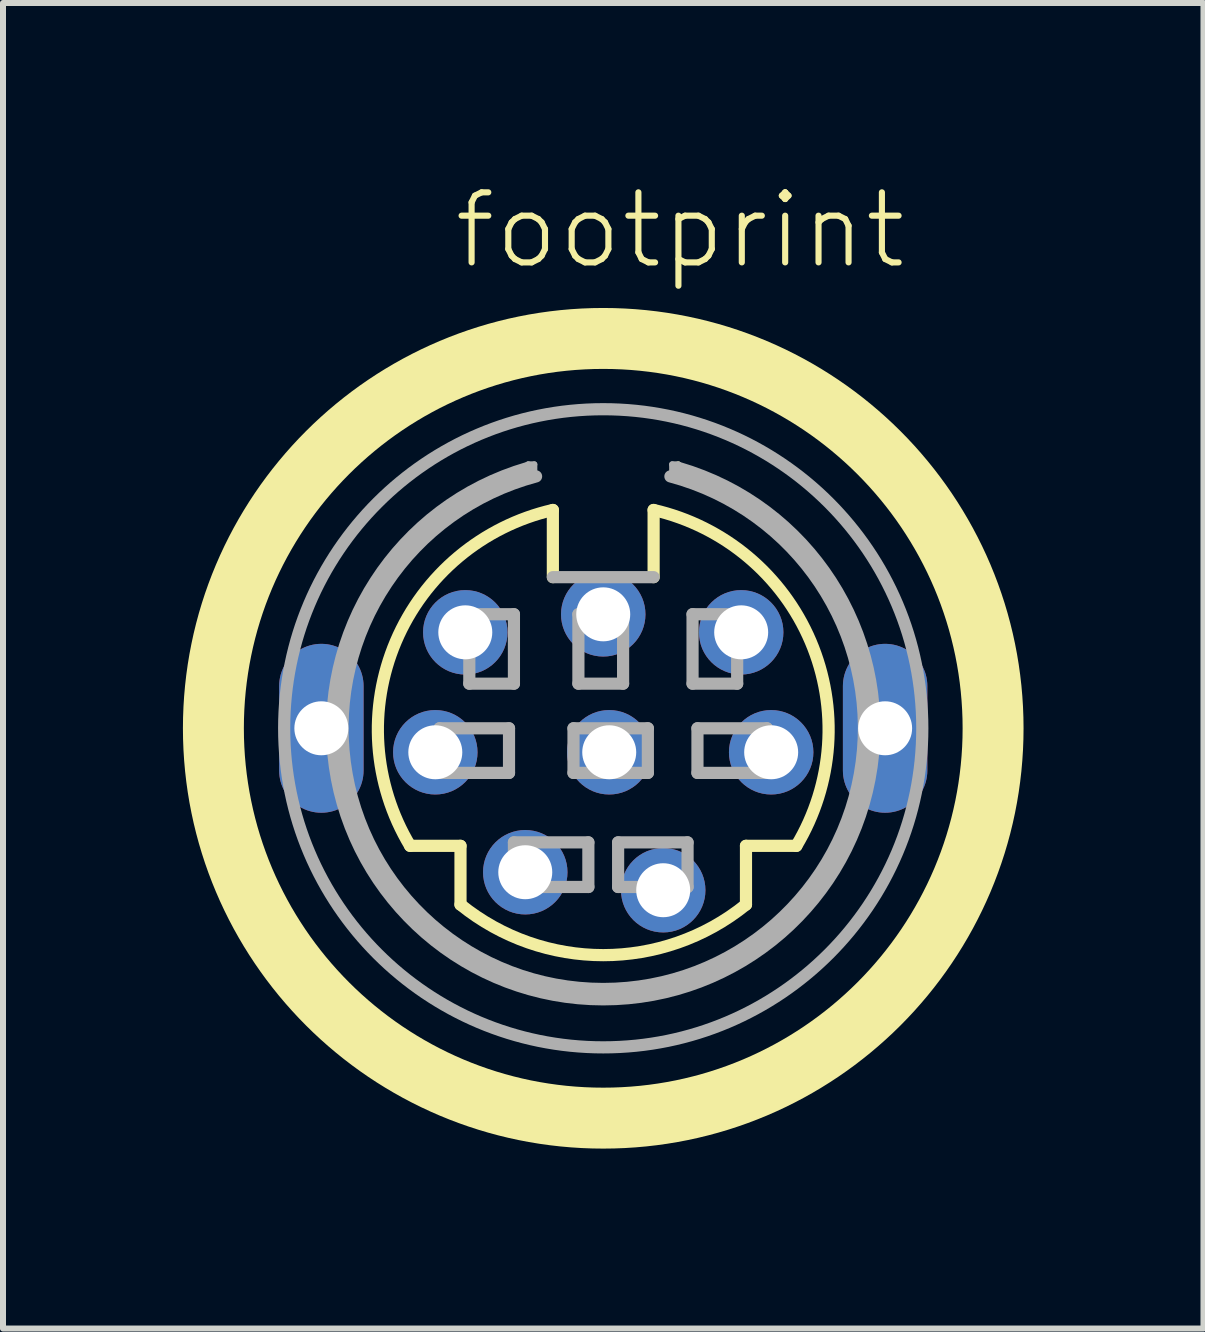
<source format=kicad_pcb>
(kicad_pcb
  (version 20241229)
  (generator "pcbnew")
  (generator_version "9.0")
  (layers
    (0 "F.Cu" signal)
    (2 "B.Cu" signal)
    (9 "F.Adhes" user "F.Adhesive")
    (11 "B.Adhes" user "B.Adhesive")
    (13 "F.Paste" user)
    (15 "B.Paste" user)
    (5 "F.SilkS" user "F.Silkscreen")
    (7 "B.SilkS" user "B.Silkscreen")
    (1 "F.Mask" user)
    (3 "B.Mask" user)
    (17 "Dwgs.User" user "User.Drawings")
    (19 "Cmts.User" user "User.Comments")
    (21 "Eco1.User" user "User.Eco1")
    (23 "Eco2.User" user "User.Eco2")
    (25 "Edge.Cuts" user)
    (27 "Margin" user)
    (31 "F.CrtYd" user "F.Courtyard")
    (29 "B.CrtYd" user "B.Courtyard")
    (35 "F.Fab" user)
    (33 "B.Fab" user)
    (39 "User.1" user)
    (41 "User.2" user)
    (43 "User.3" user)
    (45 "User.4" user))
  (footprint "footprint"
    (layer "F.Cu")
    (at 7.008 9.093)
    (property "Reference" "footprint" (at -2.54 -7.62 0) (layer "F.SilkS") (effects (font (size 1.168 1.168) (thickness 0.102)) (justify left bottom)))
    (fp_line (start -3.22 1.96) (end -2.38 1.96) (stroke (width 0.203) (type solid)) (layer "F.SilkS"))
    (fp_line (start -2.38 1.96) (end -2.38 2.94) (stroke (width 0.203) (type solid)) (layer "F.SilkS"))
    (fp_line (start -0.84 -2.52) (end -0.84 -3.64) (stroke (width 0.203) (type solid)) (layer "F.SilkS"))
    (fp_line (start 0.84 -3.64) (end 0.84 -2.52) (stroke (width 0.203) (type solid)) (layer "F.SilkS"))
    (fp_line (start 1.25 -4.4) (end 1.25 -4.2) (stroke (width 0.102) (type solid)) (layer "F.SilkS"))
    (fp_line (start 2.38 1.96) (end 2.38 2.94) (stroke (width 0.203) (type solid)) (layer "F.SilkS"))
    (fp_line (start 3.22 1.96) (end 2.38 1.96) (stroke (width 0.203) (type solid)) (layer "F.SilkS"))
    (fp_arc (start -3.22 1.96) (mid -3.458453 -1.447093) (end -0.84 -3.64) (stroke (width 0.2032) (type solid)) (layer "F.SilkS"))
    (fp_arc (start 0.84 -3.64) (mid 3.458453 -1.447093) (end 3.22 1.96) (stroke (width 0.2032) (type solid)) (layer "F.SilkS"))
    (fp_arc (start 2.38 2.94) (mid 0 3.782592) (end -2.38 2.94) (stroke (width 0.2032) (type solid)) (layer "F.SilkS"))
    (fp_circle (center 0 0) (end 6.5 0) (stroke (width 1.016) (type solid)) (fill no) (layer "F.SilkS"))
    (fp_line (start -2.729 0) (end -1.571 0) (stroke (width 0.203) (type solid)) (layer "F.Fab"))
    (fp_line (start -2.729 0.744) (end -2.729 0) (stroke (width 0.203) (type solid)) (layer "F.Fab"))
    (fp_line (start -2.233 -1.902) (end -1.489 -1.902) (stroke (width 0.203) (type solid)) (layer "F.Fab"))
    (fp_line (start -2.233 -0.744) (end -2.233 -1.902) (stroke (width 0.203) (type solid)) (layer "F.Fab"))
    (fp_line (start -1.571 0) (end -1.571 0.744) (stroke (width 0.203) (type solid)) (layer "F.Fab"))
    (fp_line (start -1.571 0.744) (end -2.729 0.744) (stroke (width 0.203) (type solid)) (layer "F.Fab"))
    (fp_line (start -1.489 -1.902) (end -1.489 -0.744) (stroke (width 0.203) (type solid)) (layer "F.Fab"))
    (fp_line (start -1.489 -0.744) (end -2.233 -0.744) (stroke (width 0.203) (type solid)) (layer "F.Fab"))
    (fp_line (start -1.489 1.902) (end -0.248 1.902) (stroke (width 0.203) (type solid)) (layer "F.Fab"))
    (fp_line (start -1.489 2.646) (end -1.489 1.902) (stroke (width 0.203) (type solid)) (layer "F.Fab"))
    (fp_line (start -1.25 -4.4) (end -1.25 -4.2) (stroke (width 0.102) (type solid)) (layer "F.Fab"))
    (fp_line (start -1.15 -4.4) (end -1.25 -4.4) (stroke (width 0.102) (type solid)) (layer "F.Fab"))
    (fp_line (start -1.15 -4.15) (end -1.15 -4.4) (stroke (width 0.102) (type solid)) (layer "F.Fab"))
    (fp_line (start -0.496 0) (end 0.744 0) (stroke (width 0.203) (type solid)) (layer "F.Fab"))
    (fp_line (start -0.496 0.744) (end -0.496 0) (stroke (width 0.203) (type solid)) (layer "F.Fab"))
    (fp_line (start -0.414 -1.902) (end 0.331 -1.902) (stroke (width 0.203) (type solid)) (layer "F.Fab"))
    (fp_line (start -0.414 -0.744) (end -0.414 -1.902) (stroke (width 0.203) (type solid)) (layer "F.Fab"))
    (fp_line (start -0.248 1.902) (end -0.248 2.646) (stroke (width 0.203) (type solid)) (layer "F.Fab"))
    (fp_line (start -0.248 2.646) (end -1.489 2.646) (stroke (width 0.203) (type solid)) (layer "F.Fab"))
    (fp_line (start 0.248 1.902) (end 1.406 1.902) (stroke (width 0.203) (type solid)) (layer "F.Fab"))
    (fp_line (start 0.248 2.646) (end 0.248 1.902) (stroke (width 0.203) (type solid)) (layer "F.Fab"))
    (fp_line (start 0.331 -1.902) (end 0.331 -0.744) (stroke (width 0.203) (type solid)) (layer "F.Fab"))
    (fp_line (start 0.331 -0.744) (end -0.414 -0.744) (stroke (width 0.203) (type solid)) (layer "F.Fab"))
    (fp_line (start 0.744 0) (end 0.744 0.744) (stroke (width 0.203) (type solid)) (layer "F.Fab"))
    (fp_line (start 0.744 0.744) (end -0.496 0.744) (stroke (width 0.203) (type solid)) (layer "F.Fab"))
    (fp_line (start 0.84 -2.52) (end -0.84 -2.52) (stroke (width 0.203) (type solid)) (layer "F.Fab"))
    (fp_line (start 1.15 -4.4) (end 1.25 -4.4) (stroke (width 0.102) (type solid)) (layer "F.Fab"))
    (fp_line (start 1.15 -4.15) (end 1.15 -4.4) (stroke (width 0.102) (type solid)) (layer "F.Fab"))
    (fp_line (start 1.406 1.902) (end 1.406 2.646) (stroke (width 0.203) (type solid)) (layer "F.Fab"))
    (fp_line (start 1.406 2.646) (end 0.248 2.646) (stroke (width 0.203) (type solid)) (layer "F.Fab"))
    (fp_line (start 1.489 -1.902) (end 2.233 -1.902) (stroke (width 0.203) (type solid)) (layer "F.Fab"))
    (fp_line (start 1.489 -0.744) (end 1.489 -1.902) (stroke (width 0.203) (type solid)) (layer "F.Fab"))
    (fp_line (start 1.571 0) (end 2.729 0) (stroke (width 0.203) (type solid)) (layer "F.Fab"))
    (fp_line (start 1.571 0.744) (end 1.571 0) (stroke (width 0.203) (type solid)) (layer "F.Fab"))
    (fp_line (start 2.233 -1.902) (end 2.233 -0.744) (stroke (width 0.203) (type solid)) (layer "F.Fab"))
    (fp_line (start 2.233 -0.744) (end 1.489 -0.744) (stroke (width 0.203) (type solid)) (layer "F.Fab"))
    (fp_line (start 2.729 0) (end 2.729 0.744) (stroke (width 0.203) (type solid)) (layer "F.Fab"))
    (fp_line (start 2.729 0.744) (end 1.571 0.744) (stroke (width 0.203) (type solid)) (layer "F.Fab"))
    (fp_arc (start 1.12 -4.2) (mid 0 4.346769) (end -1.12 -4.2) (stroke (width 0.2032) (type solid)) (layer "F.Fab"))
    (fp_arc (start 1.26 -4.34) (mid 0 4.519203) (end -1.26 -4.34) (stroke (width 0.2032) (type solid)) (layer "F.Fab"))
    (fp_circle (center 0 0) (end 5.32 0) (stroke (width 0.203) (type solid)) (fill no) (layer "F.Fab"))
    (pad "1" thru_hole circle (at 1 2.7) (size 1.408 1.408) (drill 0.9) (layers "*.Cu" "*.Mask"))
    (pad "2" thru_hole circle (at -1.3 2.4) (size 1.408 1.408) (drill 0.9) (layers "*.Cu" "*.Mask"))
    (pad "3" thru_hole circle (at 2.8 0.4) (size 1.408 1.408) (drill 0.9) (layers "*.Cu" "*.Mask"))
    (pad "4" thru_hole circle (at 0.1 0.4) (size 1.408 1.408) (drill 0.9) (layers "*.Cu" "*.Mask"))
    (pad "5" thru_hole circle (at -2.8 0.4) (size 1.408 1.408) (drill 0.9) (layers "*.Cu" "*.Mask"))
    (pad "6" thru_hole circle (at 2.3 -1.6) (size 1.408 1.408) (drill 0.9) (layers "*.Cu" "*.Mask"))
    (pad "7" thru_hole circle (at 0 -1.9) (size 1.408 1.408) (drill 0.9) (layers "*.Cu" "*.Mask"))
    (pad "8" thru_hole circle (at -2.3 -1.6) (size 1.408 1.408) (drill 0.9) (layers "*.Cu" "*.Mask"))
    (pad "M1" thru_hole oval (at -4.7 0 90) (size 2.816 1.408) (drill 0.9) (layers "*.Cu" "*.Mask"))
    (pad "M2" thru_hole oval (at 4.7 0 90) (size 2.816 1.408) (drill 0.9) (layers "*.Cu" "*.Mask")))
  (gr_rect
    (start -3 -3)
    (end 17.016 19.101)
    (stroke (width 0.1) (type default))
    (fill no)
    (layer "Edge.Cuts")))
</source>
